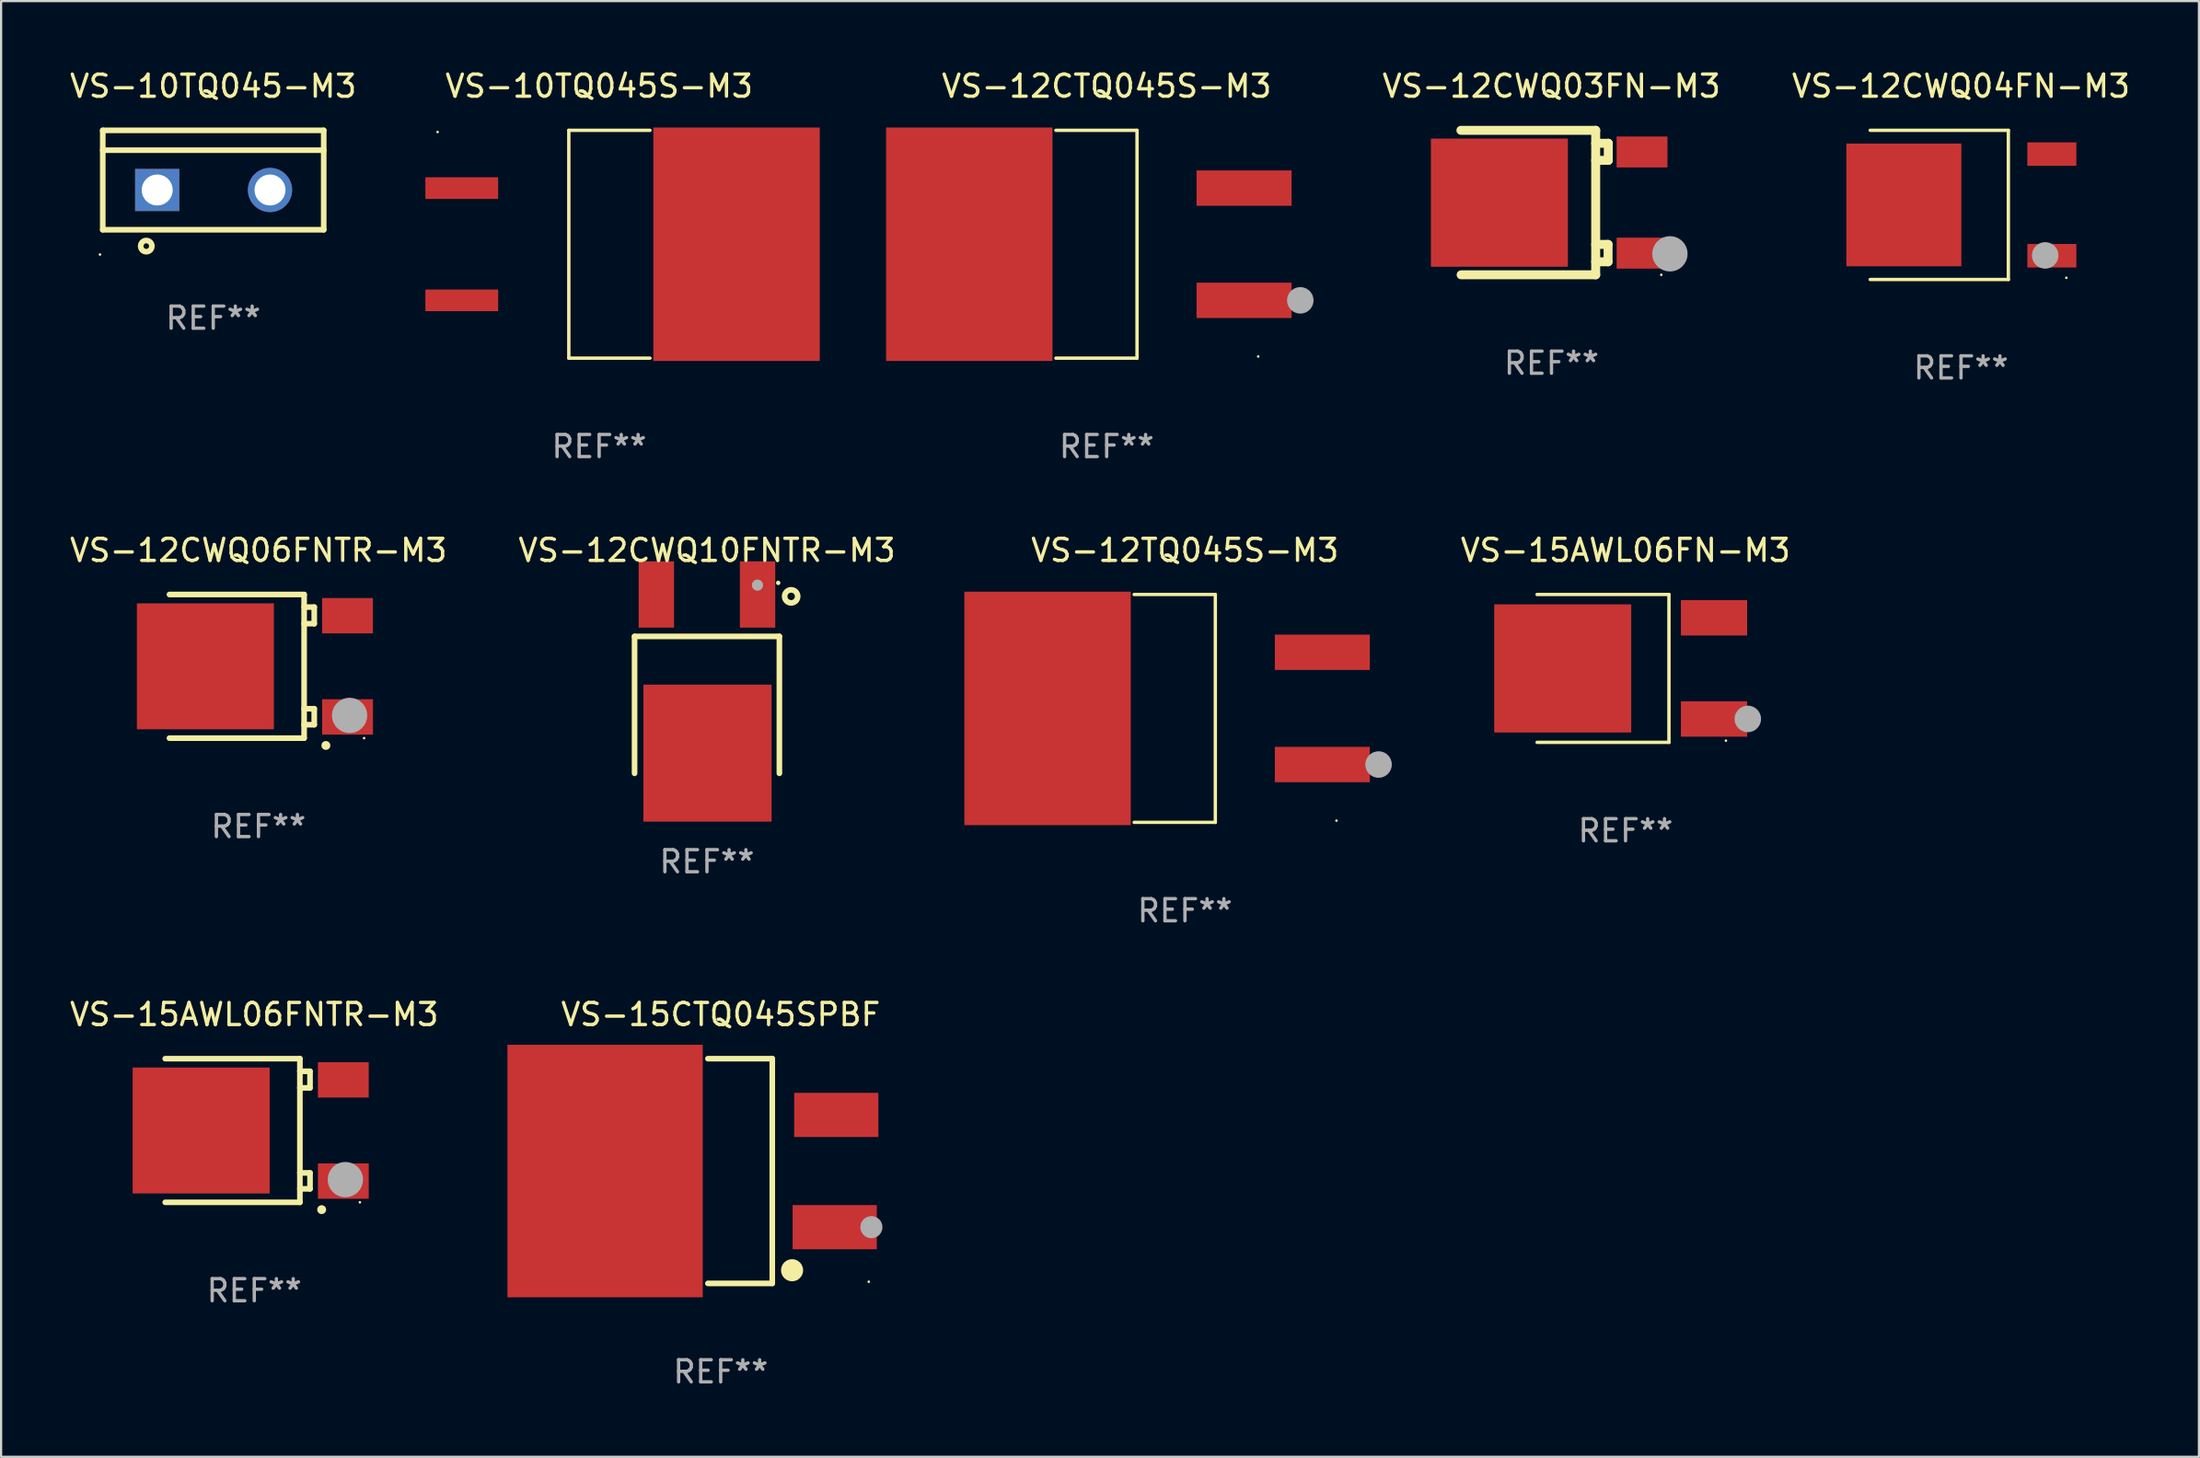
<source format=kicad_pcb>
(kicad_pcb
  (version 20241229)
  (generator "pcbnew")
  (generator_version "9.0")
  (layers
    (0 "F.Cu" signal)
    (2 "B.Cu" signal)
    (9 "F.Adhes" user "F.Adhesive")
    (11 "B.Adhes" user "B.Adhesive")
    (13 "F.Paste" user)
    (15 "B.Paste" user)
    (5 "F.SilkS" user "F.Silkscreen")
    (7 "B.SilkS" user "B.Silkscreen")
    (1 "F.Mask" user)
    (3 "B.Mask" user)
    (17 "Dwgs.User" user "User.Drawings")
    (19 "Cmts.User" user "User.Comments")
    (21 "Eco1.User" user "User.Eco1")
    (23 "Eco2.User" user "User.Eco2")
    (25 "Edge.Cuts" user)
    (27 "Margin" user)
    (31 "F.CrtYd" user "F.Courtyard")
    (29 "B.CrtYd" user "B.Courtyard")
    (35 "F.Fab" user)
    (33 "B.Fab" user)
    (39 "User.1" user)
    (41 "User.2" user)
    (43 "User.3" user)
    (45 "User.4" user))
  (footprint "VS-12CWQ03FN-M3"
    (layer "F.Cu")
    (at 67.167 6.118)
    (property "Reference" "VS-12CWQ03FN-M3" (at 0 -5.27 0) (layer "F.SilkS") (effects (font (size 1 1) (thickness 0.15))))
    (attr through_hole)
    (fp_line (start -4.099 -3.27) (end 2.001 -3.27) (stroke (width 0.405) (type solid)) (layer "F.SilkS"))
    (fp_line (start 2.001 -3.27) (end 2.001 3.27) (stroke (width 0.405) (type solid)) (layer "F.SilkS"))
    (fp_line (start 2.001 -2.684) (end 2.571 -2.684) (stroke (width 0.405) (type solid)) (layer "F.SilkS"))
    (fp_line (start 2.001 1.895) (end 2.561 1.895) (stroke (width 0.405) (type solid)) (layer "F.SilkS"))
    (fp_line (start 2.001 3.27) (end -4.089 3.27) (stroke (width 0.405) (type solid)) (layer "F.SilkS"))
    (fp_line (start 2.561 1.895) (end 2.561 2.68) (stroke (width 0.405) (type solid)) (layer "F.SilkS"))
    (fp_line (start 2.561 2.68) (end 2.001 2.68) (stroke (width 0.405) (type solid)) (layer "F.SilkS"))
    (fp_line (start 2.571 -2.684) (end 2.571 -1.91) (stroke (width 0.405) (type solid)) (layer "F.SilkS"))
    (fp_line (start 2.571 -1.91) (end 2.001 -1.91) (stroke (width 0.405) (type solid)) (layer "F.SilkS"))
    (fp_circle (center 4.969 3.27) (end 4.999 3.27) (stroke (width 0.06) (type solid)) (fill no) (layer "F.SilkS"))
    (fp_circle (center 5.361 2.32) (end 5.761 2.32) (stroke (width 0.8) (type solid)) (fill no) (layer "F.Fab"))
    (fp_text user "REF**" (at 0 7.27 0) (layer "F.Fab") (effects (font (size 1 1) (thickness 0.15))))
    (pad "1" smd rect (at 4.099 2.29) (size 2.3 1.4) (layers "F.Cu" "F.Mask" "F.Paste"))
    (pad "2" smd rect (at -2.357 0.004) (size 6.2 5.8) (layers "F.Cu" "F.Mask" "F.Paste"))
    (pad "3" smd rect (at 4.099 -2.29) (size 2.3 1.4) (layers "F.Cu" "F.Mask" "F.Paste")))
  (footprint "VS-10TQ045S-M3"
    (layer "F.Cu")
    (at 24.067 8.004)
    (property "Reference" "VS-10TQ045S-M3" (at 0 -7.156 0) (layer "F.SilkS") (effects (font (size 1 1) (thickness 0.15))))
    (attr through_hole)
    (fp_line (start -1.374 -5.156) (end -1.374 5.156) (stroke (width 0.152) (type solid)) (layer "F.SilkS"))
    (fp_line (start 2.3 -5.156) (end -1.374 -5.156) (stroke (width 0.152) (type solid)) (layer "F.SilkS"))
    (fp_line (start 2.3 5.156) (end -1.374 5.156) (stroke (width 0.152) (type solid)) (layer "F.SilkS"))
    (fp_circle (center -7.313 -5.08) (end -7.283 -5.08) (stroke (width 0.06) (type solid)) (fill no) (layer "F.SilkS"))
    (fp_text user "REF**" (at 0 9.156 0) (layer "F.Fab") (effects (font (size 1 1) (thickness 0.15))))
    (pad "1" smd rect (at -6.218 -2.54) (size 3.294 0.98) (layers "F.Cu" "F.Mask" "F.Paste"))
    (pad "2" smd rect (at 6.218 0) (size 7.532 10.566) (layers "F.Cu" "F.Mask" "F.Paste"))
    (pad "3" smd rect (at -6.218 2.54) (size 3.294 0.98) (layers "F.Cu" "F.Mask" "F.Paste")))
  (footprint "VS-12CWQ06FNTR-M3"
    (layer "F.Cu")
    (at 8.649 27.108)
    (property "Reference" "VS-12CWQ06FNTR-M3" (at 0 -5.251 0) (layer "F.SilkS") (effects (font (size 1 1) (thickness 0.15))))
    (attr through_hole)
    (fp_line (start -4.031 3.251) (end 2.065 3.251) (stroke (width 0.254) (type solid)) (layer "F.SilkS"))
    (fp_line (start 2.065 -3.251) (end -4.031 -3.251) (stroke (width 0.254) (type solid)) (layer "F.SilkS"))
    (fp_line (start 2.065 -2.68) (end 2.523 -2.68) (stroke (width 0.254) (type solid)) (layer "F.SilkS"))
    (fp_line (start 2.065 1.919) (end 2.523 1.919) (stroke (width 0.254) (type solid)) (layer "F.SilkS"))
    (fp_line (start 2.065 3.251) (end 2.065 -3.251) (stroke (width 0.254) (type solid)) (layer "F.SilkS"))
    (fp_line (start 2.523 -2.68) (end 2.523 -1.93) (stroke (width 0.254) (type solid)) (layer "F.SilkS"))
    (fp_line (start 2.523 -1.93) (end 2.065 -1.93) (stroke (width 0.254) (type solid)) (layer "F.SilkS"))
    (fp_line (start 2.523 1.919) (end 2.523 2.642) (stroke (width 0.254) (type solid)) (layer "F.SilkS"))
    (fp_line (start 2.523 2.642) (end 2.065 2.642) (stroke (width 0.254) (type solid)) (layer "F.SilkS"))
    (fp_arc (start 3.048298 3.581407) (mid 3.049568 3.581403) (end 3.050838 3.581407) (stroke (width 0.4) (type solid)) (layer "F.SilkS"))
    (fp_circle (center 4.78 3.25) (end 4.81 3.25) (stroke (width 0.06) (type solid)) (fill no) (layer "F.SilkS"))
    (fp_circle (center 4.123 2.223) (end 4.523 2.223) (stroke (width 0.8) (type solid)) (fill no) (layer "F.Fab"))
    (fp_text user "REF**" (at 0 7.251 0) (layer "F.Fab") (effects (font (size 1 1) (thickness 0.15))))
    (pad "1" smd rect (at 4.031 2.29) (size 2.3 1.6) (layers "F.Cu" "F.Mask" "F.Paste"))
    (pad "2" smd rect (at -2.404 0) (size 6.2 5.7) (layers "F.Cu" "F.Mask" "F.Paste"))
    (pad "3" smd rect (at 4.03 -2.29) (size 2.3 1.6) (layers "F.Cu" "F.Mask" "F.Paste")))
  (footprint "VS-12CWQ10FNTR-M3"
    (layer "F.Cu")
    (at 28.946 27.904)
    (property "Reference" "VS-12CWQ10FNTR-M3" (at 0 -6.047 0) (layer "F.SilkS") (effects (font (size 1 1) (thickness 0.15))))
    (attr through_hole)
    (fp_line (start -3.277 -2.15) (end 3.277 -2.15) (stroke (width 0.254) (type solid)) (layer "F.SilkS"))
    (fp_line (start -3.277 4.047) (end -3.277 -2.15) (stroke (width 0.254) (type solid)) (layer "F.SilkS"))
    (fp_line (start 3.277 -2.15) (end 3.277 4.047) (stroke (width 0.254) (type solid)) (layer "F.SilkS"))
    (fp_circle (center 3.224 -4.573) (end 3.274 -4.573) (stroke (width 0.1) (type solid)) (fill no) (layer "F.SilkS"))
    (fp_circle (center 3.81 -3.962) (end 4.106 -3.962) (stroke (width 0.254) (type solid)) (fill no) (layer "F.SilkS"))
    (fp_circle (center 2.286 -4.47) (end 2.413 -4.47) (stroke (width 0.254) (type solid)) (fill no) (layer "F.Fab"))
    (fp_text user "REF**" (at 0 8.047 0) (layer "F.Fab") (effects (font (size 1 1) (thickness 0.15))))
    (pad "1" smd rect (at 2.29 -4.047 180) (size 1.6 3) (layers "F.Cu" "F.Mask" "F.Paste"))
    (pad "3" smd rect (at -2.29 -4.047 180) (size 1.6 3) (layers "F.Cu" "F.Mask" "F.Paste"))
    (pad "4" smd rect (at 0.025 3.133 180) (size 5.8 6.2) (layers "F.Cu" "F.Mask" "F.Paste")))
  (footprint "VS-12CTQ045S-M3"
    (layer "F.Cu")
    (at 47.036 8.004)
    (property "Reference" "VS-12CTQ045S-M3" (at 0 -7.156 0) (layer "F.SilkS") (effects (font (size 1 1) (thickness 0.15))))
    (attr through_hole)
    (fp_line (start -2.3 -5.156) (end 1.374 -5.156) (stroke (width 0.152) (type solid)) (layer "F.SilkS"))
    (fp_line (start -2.3 5.156) (end 1.374 5.156) (stroke (width 0.152) (type solid)) (layer "F.SilkS"))
    (fp_line (start 1.374 5.156) (end 1.374 -5.156) (stroke (width 0.152) (type solid)) (layer "F.SilkS"))
    (fp_circle (center 6.858 5.08) (end 6.888 5.08) (stroke (width 0.06) (type solid)) (fill no) (layer "F.SilkS"))
    (fp_circle (center 8.763 2.54) (end 9.063 2.54) (stroke (width 0.6) (type solid)) (fill no) (layer "F.Fab"))
    (fp_text user "REF**" (at 0 9.156 0) (layer "F.Fab") (effects (font (size 1 1) (thickness 0.15))))
    (pad "1" smd rect (at 6.218 2.54 180) (size 4.3 1.6) (layers "F.Cu" "F.Mask" "F.Paste"))
    (pad "2" smd rect (at -6.218 0 180) (size 7.532 10.566) (layers "F.Cu" "F.Mask" "F.Paste"))
    (pad "3" smd rect (at 6.218 -2.54 180) (size 4.3 1.6) (layers "F.Cu" "F.Mask" "F.Paste")))
  (footprint "VS-15CTQ045SPBF"
    (layer "F.Cu")
    (at 29.568 49.952)
    (property "Reference" "VS-15CTQ045SPBF" (at 0 -7.086 0) (layer "F.SilkS") (effects (font (size 1 1) (thickness 0.15))))
    (attr through_hole)
    (fp_line (start 2.334 -5.086) (end -0.58 -5.086) (stroke (width 0.254) (type solid)) (layer "F.SilkS"))
    (fp_line (start 2.334 -5.086) (end 2.334 5.086) (stroke (width 0.254) (type solid)) (layer "F.SilkS"))
    (fp_line (start 2.334 5.086) (end -0.58 5.086) (stroke (width 0.254) (type solid)) (layer "F.SilkS"))
    (fp_circle (center 3.23 4.49) (end 3.48 4.49) (stroke (width 0.5) (type solid)) (fill no) (layer "F.SilkS"))
    (fp_circle (center 6.7 5.01) (end 6.73 5.01) (stroke (width 0.06) (type solid)) (fill no) (layer "F.SilkS"))
    (fp_circle (center 6.82 2.54) (end 7.07 2.54) (stroke (width 0.5) (type solid)) (fill no) (layer "F.Fab"))
    (fp_text user "REF**" (at 0 9.086 0) (layer "F.Fab") (effects (font (size 1 1) (thickness 0.15))))
    (pad "1" smd rect (at 5.16 2.54) (size 3.81 2) (layers "F.Cu" "F.Mask" "F.Paste"))
    (pad "3" smd rect (at 5.231 -2.54) (size 3.81 2) (layers "F.Cu" "F.Mask" "F.Paste"))
    (pad "4" smd rect (at -5.231 0) (size 8.84 11.43) (layers "F.Cu" "F.Mask" "F.Paste")))
  (footprint "VS-12TQ045S-M3"
    (layer "F.Cu")
    (at 50.579 29.013)
    (property "Reference" "VS-12TQ045S-M3" (at 0 -7.156 0) (layer "F.SilkS") (effects (font (size 1 1) (thickness 0.15))))
    (attr through_hole)
    (fp_line (start -2.3 -5.156) (end 1.374 -5.156) (stroke (width 0.152) (type solid)) (layer "F.SilkS"))
    (fp_line (start -2.3 5.156) (end 1.374 5.156) (stroke (width 0.152) (type solid)) (layer "F.SilkS"))
    (fp_line (start 1.374 5.156) (end 1.374 -5.156) (stroke (width 0.152) (type solid)) (layer "F.SilkS"))
    (fp_circle (center 6.858 5.08) (end 6.888 5.08) (stroke (width 0.06) (type solid)) (fill no) (layer "F.SilkS"))
    (fp_circle (center 8.763 2.54) (end 9.063 2.54) (stroke (width 0.6) (type solid)) (fill no) (layer "F.Fab"))
    (fp_text user "REF**" (at 0 9.156 0) (layer "F.Fab") (effects (font (size 1 1) (thickness 0.15))))
    (pad "1" smd rect (at 6.218 2.54 180) (size 4.3 1.6) (layers "F.Cu" "F.Mask" "F.Paste"))
    (pad "2" smd rect (at -6.218 0 180) (size 7.532 10.566) (layers "F.Cu" "F.Mask" "F.Paste"))
    (pad "3" smd rect (at 6.218 -2.54 180) (size 4.3 1.6) (layers "F.Cu" "F.Mask" "F.Paste")))
  (footprint "VS-15AWL06FN-M3"
    (layer "F.Cu")
    (at 70.52 27.203)
    (property "Reference" "VS-15AWL06FN-M3" (at 0 -5.346 0) (layer "F.SilkS") (effects (font (size 1 1) (thickness 0.15))))
    (attr through_hole)
    (fp_line (start -4.004 -3.346) (end 1.963 -3.346) (stroke (width 0.152) (type solid)) (layer "F.SilkS"))
    (fp_line (start -4.004 3.346) (end 1.963 3.346) (stroke (width 0.152) (type solid)) (layer "F.SilkS"))
    (fp_line (start 1.963 3.346) (end 1.963 -3.346) (stroke (width 0.152) (type solid)) (layer "F.SilkS"))
    (fp_circle (center 4.542 3.27) (end 4.572 3.27) (stroke (width 0.06) (type solid)) (fill no) (layer "F.SilkS"))
    (fp_circle (center 5.533 2.286) (end 5.833 2.286) (stroke (width 0.6) (type solid)) (fill no) (layer "F.Fab"))
    (fp_text user "REF**" (at 0 7.346 0) (layer "F.Fab") (effects (font (size 1 1) (thickness 0.15))))
    (pad "1" smd rect (at 4.004 2.29) (size 3 1.6) (layers "F.Cu" "F.Mask" "F.Paste"))
    (pad "2" smd rect (at -2.844 0) (size 6.2 5.8) (layers "F.Cu" "F.Mask" "F.Paste"))
    (pad "3" smd rect (at 4.004 -2.29) (size 3 1.6) (layers "F.Cu" "F.Mask" "F.Paste")))
  (footprint "VS-15AWL06FNTR-M3"
    (layer "F.Cu")
    (at 8.458 48.117)
    (property "Reference" "VS-15AWL06FNTR-M3" (at 0 -5.251 0) (layer "F.SilkS") (effects (font (size 1 1) (thickness 0.15))))
    (attr through_hole)
    (fp_line (start -4.031 3.251) (end 2.065 3.251) (stroke (width 0.254) (type solid)) (layer "F.SilkS"))
    (fp_line (start 2.065 -3.251) (end -4.031 -3.251) (stroke (width 0.254) (type solid)) (layer "F.SilkS"))
    (fp_line (start 2.065 -2.68) (end 2.523 -2.68) (stroke (width 0.254) (type solid)) (layer "F.SilkS"))
    (fp_line (start 2.065 1.919) (end 2.523 1.919) (stroke (width 0.254) (type solid)) (layer "F.SilkS"))
    (fp_line (start 2.065 3.251) (end 2.065 -3.251) (stroke (width 0.254) (type solid)) (layer "F.SilkS"))
    (fp_line (start 2.523 -2.68) (end 2.523 -1.93) (stroke (width 0.254) (type solid)) (layer "F.SilkS"))
    (fp_line (start 2.523 -1.93) (end 2.065 -1.93) (stroke (width 0.254) (type solid)) (layer "F.SilkS"))
    (fp_line (start 2.523 1.919) (end 2.523 2.642) (stroke (width 0.254) (type solid)) (layer "F.SilkS"))
    (fp_line (start 2.523 2.642) (end 2.065 2.642) (stroke (width 0.254) (type solid)) (layer "F.SilkS"))
    (fp_arc (start 3.048298 3.581407) (mid 3.049568 3.581403) (end 3.050838 3.581407) (stroke (width 0.4) (type solid)) (layer "F.SilkS"))
    (fp_circle (center 4.78 3.25) (end 4.81 3.25) (stroke (width 0.06) (type solid)) (fill no) (layer "F.SilkS"))
    (fp_circle (center 4.123 2.223) (end 4.523 2.223) (stroke (width 0.8) (type solid)) (fill no) (layer "F.Fab"))
    (fp_text user "REF**" (at 0 7.251 0) (layer "F.Fab") (effects (font (size 1 1) (thickness 0.15))))
    (pad "1" smd rect (at 4.031 2.29) (size 2.3 1.6) (layers "F.Cu" "F.Mask" "F.Paste"))
    (pad "2" smd rect (at -2.404 0) (size 6.2 5.7) (layers "F.Cu" "F.Mask" "F.Paste"))
    (pad "3" smd rect (at 4.03 -2.29) (size 2.3 1.6) (layers "F.Cu" "F.Mask" "F.Paste")))
  (footprint "VS-10TQ045-M3"
    (layer "F.Cu")
    (at 6.601 5.099)
    (property "Reference" "VS-10TQ045-M3" (at 0 -4.25 0) (layer "F.SilkS") (effects (font (size 1 1) (thickness 0.15))))
    (attr through_hole)
    (fp_line (start -5 -2.25) (end 5 -2.25) (stroke (width 0.254) (type solid)) (layer "F.SilkS"))
    (fp_line (start -5 -1.351) (end 5 -1.351) (stroke (width 0.254) (type solid)) (layer "F.SilkS"))
    (fp_line (start -5 2.25) (end -5 -2.25) (stroke (width 0.254) (type solid)) (layer "F.SilkS"))
    (fp_line (start -5 2.25) (end 5 2.25) (stroke (width 0.254) (type solid)) (layer "F.SilkS"))
    (fp_line (start 5 2.25) (end 5 -2.25) (stroke (width 0.254) (type solid)) (layer "F.SilkS"))
    (fp_circle (center -5.127 3.371) (end -5.097 3.371) (stroke (width 0.06) (type solid)) (fill no) (layer "F.SilkS"))
    (fp_circle (center -3.031 2.99) (end -2.777 2.99) (stroke (width 0.254) (type solid)) (fill no) (layer "F.SilkS"))
    (fp_text user "REF**" (at 0 6.25 0) (layer "F.Fab") (effects (font (size 1 1) (thickness 0.15))))
    (pad "1" thru_hole rect (at -2.536 0.45 90) (size 1.905 2) (drill 1.4) (layers "*.Cu" "*.Mask"))
    (pad "3" thru_hole circle (at 2.569 0.45) (size 2 2) (drill 1.4) (layers "*.Cu" "*.Mask")))
  (footprint "VS-12CWQ04FN-M3"
    (layer "F.Cu")
    (at 85.702 6.224)
    (property "Reference" "VS-12CWQ04FN-M3" (at 0 -5.376 0) (layer "F.SilkS") (effects (font (size 1 1) (thickness 0.15))))
    (attr through_hole)
    (fp_line (start -4.111 -3.376) (end 2.142 -3.376) (stroke (width 0.152) (type solid)) (layer "F.SilkS"))
    (fp_line (start -4.111 3.376) (end 2.142 3.376) (stroke (width 0.152) (type solid)) (layer "F.SilkS"))
    (fp_line (start 2.142 3.376) (end 2.142 -3.376) (stroke (width 0.152) (type solid)) (layer "F.SilkS"))
    (fp_circle (center 4.766 3.3) (end 4.796 3.3) (stroke (width 0.06) (type solid)) (fill no) (layer "F.SilkS"))
    (fp_circle (center 3.81 2.286) (end 4.11 2.286) (stroke (width 0.6) (type solid)) (fill no) (layer "F.Fab"))
    (fp_text user "REF**" (at 0 7.376 0) (layer "F.Fab") (effects (font (size 1 1) (thickness 0.15))))
    (pad "1" smd rect (at 4.111 2.3) (size 2.218 1.064) (layers "F.Cu" "F.Mask" "F.Paste"))
    (pad "2" smd rect (at -2.587 0) (size 5.204 5.554) (layers "F.Cu" "F.Mask" "F.Paste"))
    (pad "3" smd rect (at 4.111 -2.3) (size 2.218 1.064) (layers "F.Cu" "F.Mask" "F.Paste")))
  (gr_rect
    (start -3 -3)
    (end 96.47 62.887)
    (stroke (width 0.1) (type default))
    (fill no)
    (layer "Edge.Cuts")))
</source>
